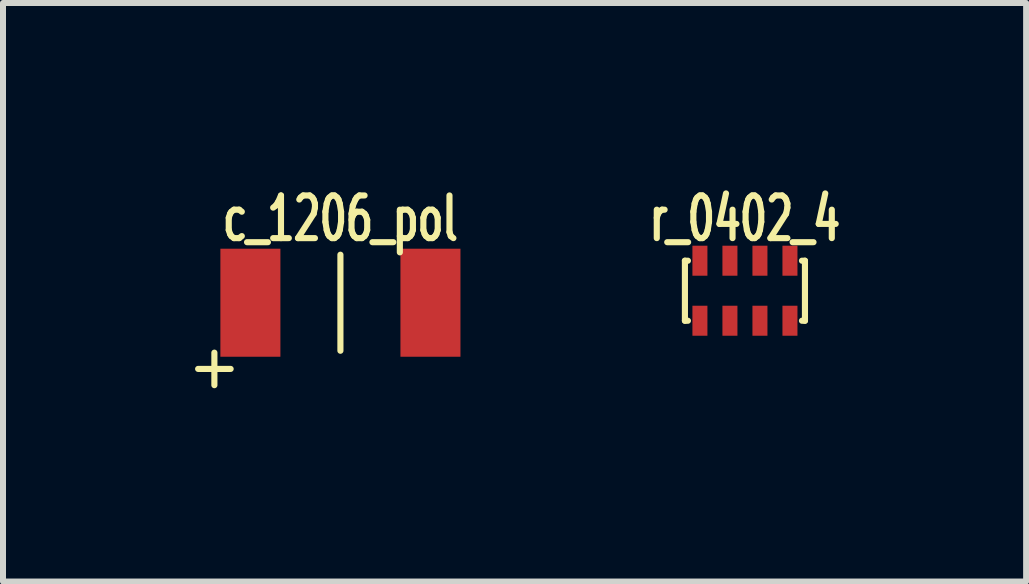
<source format=kicad_pcb>
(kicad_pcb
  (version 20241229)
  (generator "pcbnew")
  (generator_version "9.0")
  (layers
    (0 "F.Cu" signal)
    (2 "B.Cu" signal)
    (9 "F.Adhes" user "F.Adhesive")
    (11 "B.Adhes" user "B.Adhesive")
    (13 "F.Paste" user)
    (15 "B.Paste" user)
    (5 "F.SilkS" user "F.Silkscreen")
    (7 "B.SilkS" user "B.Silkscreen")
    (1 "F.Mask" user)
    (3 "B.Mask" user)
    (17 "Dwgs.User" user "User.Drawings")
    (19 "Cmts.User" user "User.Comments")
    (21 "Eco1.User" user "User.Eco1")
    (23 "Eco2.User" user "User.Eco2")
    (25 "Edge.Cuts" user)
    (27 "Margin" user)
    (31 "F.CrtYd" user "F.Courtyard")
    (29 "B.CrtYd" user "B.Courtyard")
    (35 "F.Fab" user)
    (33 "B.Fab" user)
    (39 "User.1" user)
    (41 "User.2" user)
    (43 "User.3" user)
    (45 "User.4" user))
  (footprint "r_0402_4"
    (layer "F.Cu")
    (at 9.362 1.794)
    (property "Reference" "r_0402_4" (at 0 -1.2 0) (layer "F.SilkS") (effects (font (size 0.711 0.457) (thickness 0.102))))
    (attr through_hole)
    (fp_line (start -1 -0.5) (end -1 0.5) (stroke (width 0.102) (type solid)) (layer "F.SilkS"))
    (fp_line (start -1 0.5) (end -0.95 0.5) (stroke (width 0.102) (type solid)) (layer "F.SilkS"))
    (fp_line (start -0.95 -0.5) (end -1 -0.5) (stroke (width 0.102) (type solid)) (layer "F.SilkS"))
    (fp_line (start 0.95 0.5) (end 1 0.5) (stroke (width 0.102) (type solid)) (layer "F.SilkS"))
    (fp_line (start 1 -0.5) (end 0.95 -0.5) (stroke (width 0.102) (type solid)) (layer "F.SilkS"))
    (fp_line (start 1 0.5) (end 1 -0.5) (stroke (width 0.102) (type solid)) (layer "F.SilkS"))
    (pad "1" smd rect (at -0.75 0.5) (size 0.25 0.5) (layers "F.Cu" "F.Mask" "F.Paste"))
    (pad "2" smd rect (at -0.25 0.5) (size 0.25 0.5) (layers "F.Cu" "F.Mask" "F.Paste"))
    (pad "3" smd rect (at 0.25 0.5) (size 0.25 0.5) (layers "F.Cu" "F.Mask" "F.Paste"))
    (pad "4" smd rect (at 0.75 0.5) (size 0.25 0.5) (layers "F.Cu" "F.Mask" "F.Paste"))
    (pad "5" smd rect (at 0.75 -0.5) (size 0.25 0.5) (layers "F.Cu" "F.Mask" "F.Paste"))
    (pad "6" smd rect (at 0.25 -0.5) (size 0.25 0.5) (layers "F.Cu" "F.Mask" "F.Paste"))
    (pad "7" smd rect (at -0.25 -0.5) (size 0.25 0.5) (layers "F.Cu" "F.Mask" "F.Paste"))
    (pad "8" smd rect (at -0.75 -0.5) (size 0.25 0.5) (layers "F.Cu" "F.Mask" "F.Paste")))
  (footprint "c_1206_pol"
    (layer "F.Cu")
    (at 2.622 1.994)
    (property "Reference" "c_1206_pol" (at 0 -1.4 0) (layer "F.SilkS") (effects (font (size 0.711 0.457) (thickness 0.102))))
    (attr through_hole)
    (fp_line (start 0 -0.8) (end 0 0.8) (stroke (width 0.102) (type solid)) (layer "F.SilkS"))
    (fp_text user "+" (at -2.1 1.05 0) (layer "F.SilkS") (effects (font (size 0.711 0.711) (thickness 0.102))))
    (pad "1" smd rect (at -1.5 0) (size 1 1.8) (layers "F.Cu" "F.Mask" "F.Paste"))
    (pad "2" smd rect (at 1.5 0) (size 1 1.8) (layers "F.Cu" "F.Mask" "F.Paste")))
  (gr_rect
    (start -3 -3)
    (end 14.047 6.639)
    (stroke (width 0.1) (type default))
    (fill no)
    (layer "Edge.Cuts")))
</source>
